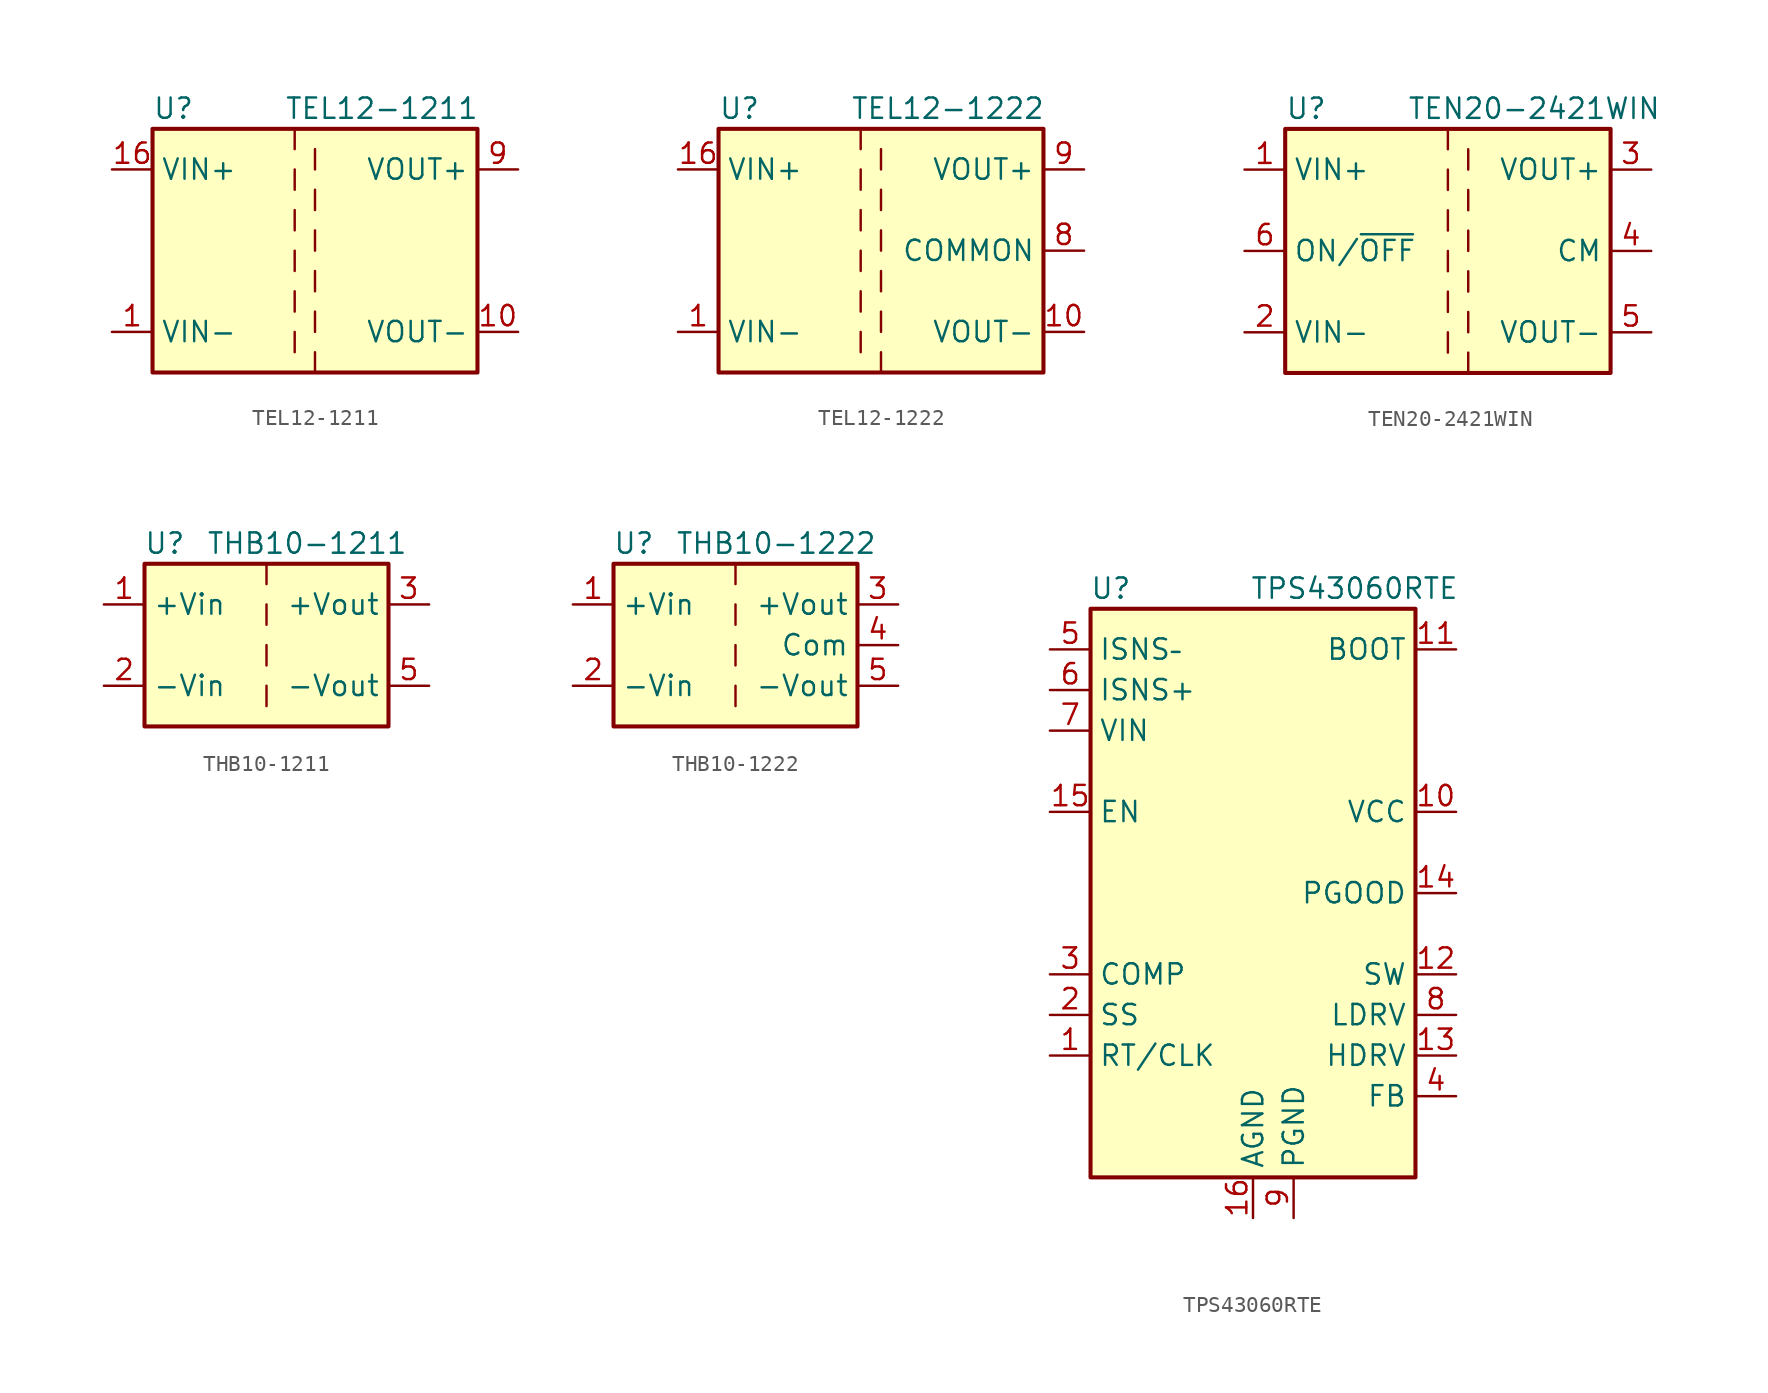
<source format=kicad_sym>
(kicad_symbol_lib
  (version 20231120)
  (generator "kicad_symbol_editor")
  (generator_version "8.0")
  (symbol "TEL12-1211"
    (property "Reference" "U"
      (at -10.16 8.89 0)
      (effects (font (size 1.27 1.27)) (justify left)))
    (property "Value" "TEL12-1211"
      (at -1.905 8.89 0)
      (effects (font (size 1.27 1.27)) (justify left)))
    (symbol "TEL12-1211_0_1"
      (rectangle (start -10.16 7.62) (end 10.16 -7.62) (stroke (width 0.254) (type default)) (fill (type background)))
      (polyline (pts (xy -1.27 -5.08) (xy -1.27 -6.35)) (stroke (width 0) (type default)) (fill (type none)))
      (polyline (pts (xy -1.27 -2.54) (xy -1.27 -3.81)) (stroke (width 0) (type default)) (fill (type none)))
      (polyline (pts (xy -1.27 0) (xy -1.27 -1.27)) (stroke (width 0) (type default)) (fill (type none)))
      (polyline (pts (xy -1.27 2.54) (xy -1.27 1.27)) (stroke (width 0) (type default)) (fill (type none)))
      (polyline (pts (xy -1.27 5.08) (xy -1.27 3.81)) (stroke (width 0) (type default)) (fill (type none)))
      (polyline (pts (xy -1.27 7.62) (xy -1.27 6.35)) (stroke (width 0) (type default)) (fill (type none)))
      (polyline (pts (xy 0 -7.62) (xy 0 -6.35)) (stroke (width 0) (type default)) (fill (type none)))
      (polyline (pts (xy 0 -5.08) (xy 0 -3.81)) (stroke (width 0) (type default)) (fill (type none)))
      (polyline (pts (xy 0 -1.27) (xy 0 -2.54)) (stroke (width 0) (type default)) (fill (type none)))
      (polyline (pts (xy 0 0) (xy 0 1.27)) (stroke (width 0) (type default)) (fill (type none)))
      (polyline (pts (xy 0 2.54) (xy 0 3.81)) (stroke (width 0) (type default)) (fill (type none)))
      (polyline (pts (xy 0 5.08) (xy 0 6.35)) (stroke (width 0) (type default)) (fill (type none))))
    (symbol "TEL12-1211_1_1"
      (pin power_in line (at -12.7 -5.08 0) (length 2.54) (name "VIN-" (effects (font (size 1.27 1.27)))) (number "1" (effects (font (size 1.27 1.27)))))
      (pin power_out line (at 12.7 -5.08 180) (length 2.54) (name "VOUT-" (effects (font (size 1.27 1.27)))) (number "10" (effects (font (size 1.27 1.27)))))
      (pin power_in line (at -12.7 5.08 0) (length 2.54) (name "VIN+" (effects (font (size 1.27 1.27)))) (number "16" (effects (font (size 1.27 1.27)))))
      (pin no_connect line (at 10.16 0 180) (length 2.54) hide (name "NC" (effects (font (size 1.27 1.27)))) (number "8" (effects (font (size 1.27 1.27)))))
      (pin power_out line (at 12.7 5.08 180) (length 2.54) (name "VOUT+" (effects (font (size 1.27 1.27)))) (number "9" (effects (font (size 1.27 1.27)))))))
  (symbol "TEL12-1222"
    (property "Reference" "U"
      (at -10.16 8.89 0)
      (effects (font (size 1.27 1.27)) (justify left)))
    (property "Value" "TEL12-1222"
      (at -1.905 8.89 0)
      (effects (font (size 1.27 1.27)) (justify left)))
    (symbol "TEL12-1222_0_1"
      (rectangle (start -10.16 7.62) (end 10.16 -7.62) (stroke (width 0.254) (type default)) (fill (type background)))
      (polyline (pts (xy -1.27 -5.08) (xy -1.27 -6.35)) (stroke (width 0) (type default)) (fill (type none)))
      (polyline (pts (xy -1.27 -2.54) (xy -1.27 -3.81)) (stroke (width 0) (type default)) (fill (type none)))
      (polyline (pts (xy -1.27 0) (xy -1.27 -1.27)) (stroke (width 0) (type default)) (fill (type none)))
      (polyline (pts (xy -1.27 2.54) (xy -1.27 1.27)) (stroke (width 0) (type default)) (fill (type none)))
      (polyline (pts (xy -1.27 5.08) (xy -1.27 3.81)) (stroke (width 0) (type default)) (fill (type none)))
      (polyline (pts (xy -1.27 7.62) (xy -1.27 6.35)) (stroke (width 0) (type default)) (fill (type none)))
      (polyline (pts (xy 0 -7.62) (xy 0 -6.35)) (stroke (width 0) (type default)) (fill (type none)))
      (polyline (pts (xy 0 -5.08) (xy 0 -3.81)) (stroke (width 0) (type default)) (fill (type none)))
      (polyline (pts (xy 0 -1.27) (xy 0 -2.54)) (stroke (width 0) (type default)) (fill (type none)))
      (polyline (pts (xy 0 0) (xy 0 1.27)) (stroke (width 0) (type default)) (fill (type none)))
      (polyline (pts (xy 0 2.54) (xy 0 3.81)) (stroke (width 0) (type default)) (fill (type none)))
      (polyline (pts (xy 0 5.08) (xy 0 6.35)) (stroke (width 0) (type default)) (fill (type none))))
    (symbol "TEL12-1222_1_1"
      (pin power_in line (at -12.7 -5.08 0) (length 2.54) (name "VIN-" (effects (font (size 1.27 1.27)))) (number "1" (effects (font (size 1.27 1.27)))))
      (pin power_out line (at 12.7 -5.08 180) (length 2.54) (name "VOUT-" (effects (font (size 1.27 1.27)))) (number "10" (effects (font (size 1.27 1.27)))))
      (pin power_in line (at -12.7 5.08 0) (length 2.54) (name "VIN+" (effects (font (size 1.27 1.27)))) (number "16" (effects (font (size 1.27 1.27)))))
      (pin passive line (at 12.7 0 180) (length 2.54) (name "COMMON" (effects (font (size 1.27 1.27)))) (number "8" (effects (font (size 1.27 1.27)))))
      (pin power_out line (at 12.7 5.08 180) (length 2.54) (name "VOUT+" (effects (font (size 1.27 1.27)))) (number "9" (effects (font (size 1.27 1.27)))))))
  (symbol "TEN20-2421WIN"
    (property "Reference" "U"
      (at -10.16 8.89 0)
      (effects (font (size 1.27 1.27)) (justify left)))
    (property "Value" "TEN20-2421WIN"
      (at -2.54 8.89 0)
      (effects (font (size 1.27 1.27)) (justify left)))
    (symbol "TEN20-2421WIN_0_1"
      (rectangle (start -10.16 7.62) (end 10.16 -7.62) (stroke (width 0.254) (type default)) (fill (type background)))
      (polyline (pts (xy 0 -5.08) (xy 0 -6.35)) (stroke (width 0) (type default)) (fill (type none)))
      (polyline (pts (xy 0 -2.54) (xy 0 -3.81)) (stroke (width 0) (type default)) (fill (type none)))
      (polyline (pts (xy 0 0) (xy 0 -1.27)) (stroke (width 0) (type default)) (fill (type none)))
      (polyline (pts (xy 0 2.54) (xy 0 1.27)) (stroke (width 0) (type default)) (fill (type none)))
      (polyline (pts (xy 0 5.08) (xy 0 3.81)) (stroke (width 0) (type default)) (fill (type none)))
      (polyline (pts (xy 0 7.62) (xy 0 6.35)) (stroke (width 0) (type default)) (fill (type none)))
      (polyline (pts (xy 1.27 -7.62) (xy 1.27 -6.35)) (stroke (width 0) (type default)) (fill (type none)))
      (polyline (pts (xy 1.27 -5.08) (xy 1.27 -3.81)) (stroke (width 0) (type default)) (fill (type none)))
      (polyline (pts (xy 1.27 -2.54) (xy 1.27 -1.27)) (stroke (width 0) (type default)) (fill (type none)))
      (polyline (pts (xy 1.27 0) (xy 1.27 1.27)) (stroke (width 0) (type default)) (fill (type none)))
      (polyline (pts (xy 1.27 2.54) (xy 1.27 3.81)) (stroke (width 0) (type default)) (fill (type none)))
      (polyline (pts (xy 1.27 5.08) (xy 1.27 6.35)) (stroke (width 0) (type default)) (fill (type none))))
    (symbol "TEN20-2421WIN_1_1"
      (pin power_in line (at -12.7 5.08 0) (length 2.54) (name "VIN+" (effects (font (size 1.27 1.27)))) (number "1" (effects (font (size 1.27 1.27)))))
      (pin power_in line (at -12.7 -5.08 0) (length 2.54) (name "VIN-" (effects (font (size 1.27 1.27)))) (number "2" (effects (font (size 1.27 1.27)))))
      (pin power_out line (at 12.7 5.08 180) (length 2.54) (name "VOUT+" (effects (font (size 1.27 1.27)))) (number "3" (effects (font (size 1.27 1.27)))))
      (pin power_out line (at 12.7 0 180) (length 2.54) (name "CM" (effects (font (size 1.27 1.27)))) (number "4" (effects (font (size 1.27 1.27)))))
      (pin power_out line (at 12.7 -5.08 180) (length 2.54) (name "VOUT-" (effects (font (size 1.27 1.27)))) (number "5" (effects (font (size 1.27 1.27)))))
      (pin input line (at -12.7 0 0) (length 2.54) (name "ON/~{OFF}" (effects (font (size 1.27 1.27)))) (number "6" (effects (font (size 1.27 1.27)))))))
  (symbol "THB10-1211"
    (property "Reference" "U"
      (at -6.35 6.35 0)
      (effects (font (size 1.27 1.27))))
    (property "Value" "THB10-1211"
      (at 2.54 6.35 0)
      (effects (font (size 1.27 1.27))))
    (symbol "THB10-1211_0_1"
      (rectangle (start -7.62 5.08) (end 7.62 -5.08) (stroke (width 0.254) (type default)) (fill (type background)))
      (polyline (pts (xy 0 -2.54) (xy 0 -3.81)) (stroke (width 0) (type default)) (fill (type none)))
      (polyline (pts (xy 0 0) (xy 0 -1.27)) (stroke (width 0) (type default)) (fill (type none)))
      (polyline (pts (xy 0 2.54) (xy 0 1.27)) (stroke (width 0) (type default)) (fill (type none)))
      (polyline (pts (xy 0 5.08) (xy 0 3.81)) (stroke (width 0) (type default)) (fill (type none))))
    (symbol "THB10-1211_1_1"
      (pin power_in line (at -10.16 2.54 0) (length 2.54) (name "+Vin" (effects (font (size 1.27 1.27)))) (number "1" (effects (font (size 1.27 1.27)))))
      (pin power_in line (at -10.16 -2.54 0) (length 2.54) (name "-Vin" (effects (font (size 1.27 1.27)))) (number "2" (effects (font (size 1.27 1.27)))))
      (pin power_out line (at 10.16 2.54 180) (length 2.54) (name "+Vout" (effects (font (size 1.27 1.27)))) (number "3" (effects (font (size 1.27 1.27)))))
      (pin power_out line (at 10.16 -2.54 180) (length 2.54) (name "-Vout" (effects (font (size 1.27 1.27)))) (number "5" (effects (font (size 1.27 1.27)))))))
  (symbol "THB10-1222"
    (property "Reference" "U"
      (at -6.35 6.35 0)
      (effects (font (size 1.27 1.27))))
    (property "Value" "THB10-1222"
      (at 2.54 6.35 0)
      (effects (font (size 1.27 1.27))))
    (symbol "THB10-1222_0_1"
      (rectangle (start -7.62 5.08) (end 7.62 -5.08) (stroke (width 0.254) (type default)) (fill (type background)))
      (polyline (pts (xy 0 -2.54) (xy 0 -3.81)) (stroke (width 0) (type default)) (fill (type none)))
      (polyline (pts (xy 0 0) (xy 0 -1.27)) (stroke (width 0) (type default)) (fill (type none)))
      (polyline (pts (xy 0 2.54) (xy 0 1.27)) (stroke (width 0) (type default)) (fill (type none)))
      (polyline (pts (xy 0 5.08) (xy 0 3.81)) (stroke (width 0) (type default)) (fill (type none))))
    (symbol "THB10-1222_1_1"
      (pin power_in line (at -10.16 2.54 0) (length 2.54) (name "+Vin" (effects (font (size 1.27 1.27)))) (number "1" (effects (font (size 1.27 1.27)))))
      (pin power_in line (at -10.16 -2.54 0) (length 2.54) (name "-Vin" (effects (font (size 1.27 1.27)))) (number "2" (effects (font (size 1.27 1.27)))))
      (pin power_out line (at 10.16 2.54 180) (length 2.54) (name "+Vout" (effects (font (size 1.27 1.27)))) (number "3" (effects (font (size 1.27 1.27)))))
      (pin power_out line (at 10.16 0 180) (length 2.54) (name "Com" (effects (font (size 1.27 1.27)))) (number "4" (effects (font (size 1.27 1.27)))))
      (pin power_out line (at 10.16 -2.54 180) (length 2.54) (name "-Vout" (effects (font (size 1.27 1.27)))) (number "5" (effects (font (size 1.27 1.27)))))))
  (symbol "TPS43060RTE"
    (property "Reference" "U"
      (at -8.89 19.05 0)
      (effects (font (size 1.27 1.27))))
    (property "Value" "TPS43060RTE"
      (at 6.35 19.05 0)
      (effects (font (size 1.27 1.27))))
    (symbol "TPS43060RTE_1_1"
      (rectangle (start -10.16 17.78) (end 10.16 -17.78) (stroke (width 0.254) (type default)) (fill (type background)))
      (pin passive line (at -12.7 -10.16 0) (length 2.54) (name "RT/CLK" (effects (font (size 1.27 1.27)))) (number "1" (effects (font (size 1.27 1.27)))))
      (pin power_out line (at 12.7 5.08 180) (length 2.54) (name "VCC" (effects (font (size 1.27 1.27)))) (number "10" (effects (font (size 1.27 1.27)))))
      (pin input line (at 12.7 15.24 180) (length 2.54) (name "BOOT" (effects (font (size 1.27 1.27)))) (number "11" (effects (font (size 1.27 1.27)))))
      (pin input line (at 12.7 -5.08 180) (length 2.54) (name "SW" (effects (font (size 1.27 1.27)))) (number "12" (effects (font (size 1.27 1.27)))))
      (pin input line (at 12.7 -10.16 180) (length 2.54) (name "HDRV" (effects (font (size 1.27 1.27)))) (number "13" (effects (font (size 1.27 1.27)))))
      (pin open_collector line (at 12.7 0 180) (length 2.54) (name "PGOOD" (effects (font (size 1.27 1.27)))) (number "14" (effects (font (size 1.27 1.27)))))
      (pin passive line (at -12.7 5.08 0) (length 2.54) (name "EN" (effects (font (size 1.27 1.27)))) (number "15" (effects (font (size 1.27 1.27)))))
      (pin power_in line (at 0 -20.32 90) (length 2.54) (name "AGND" (effects (font (size 1.27 1.27)))) (number "16" (effects (font (size 1.27 1.27)))))
      (pin passive line (at 0 -20.32 90) (length 2.54) hide (name "AGND" (effects (font (size 1.27 1.27)))) (number "17" (effects (font (size 1.27 1.27)))))
      (pin passive line (at -12.7 -7.62 0) (length 2.54) (name "SS" (effects (font (size 1.27 1.27)))) (number "2" (effects (font (size 1.27 1.27)))))
      (pin passive line (at -12.7 -5.08 0) (length 2.54) (name "COMP" (effects (font (size 1.27 1.27)))) (number "3" (effects (font (size 1.27 1.27)))))
      (pin input line (at 12.7 -12.7 180) (length 2.54) (name "FB" (effects (font (size 1.27 1.27)))) (number "4" (effects (font (size 1.27 1.27)))))
      (pin input line (at -12.7 15.24 0) (length 2.54) (name "ISNS–" (effects (font (size 1.27 1.27)))) (number "5" (effects (font (size 1.27 1.27)))))
      (pin input line (at -12.7 12.7 0) (length 2.54) (name "ISNS+" (effects (font (size 1.27 1.27)))) (number "6" (effects (font (size 1.27 1.27)))))
      (pin power_in line (at -12.7 10.16 0) (length 2.54) (name "VIN" (effects (font (size 1.27 1.27)))) (number "7" (effects (font (size 1.27 1.27)))))
      (pin output line (at 12.7 -7.62 180) (length 2.54) (name "LDRV" (effects (font (size 1.27 1.27)))) (number "8" (effects (font (size 1.27 1.27)))))
      (pin power_in line (at 2.54 -20.32 90) (length 2.54) (name "PGND" (effects (font (size 1.27 1.27)))) (number "9" (effects (font (size 1.27 1.27))))))))
</source>
